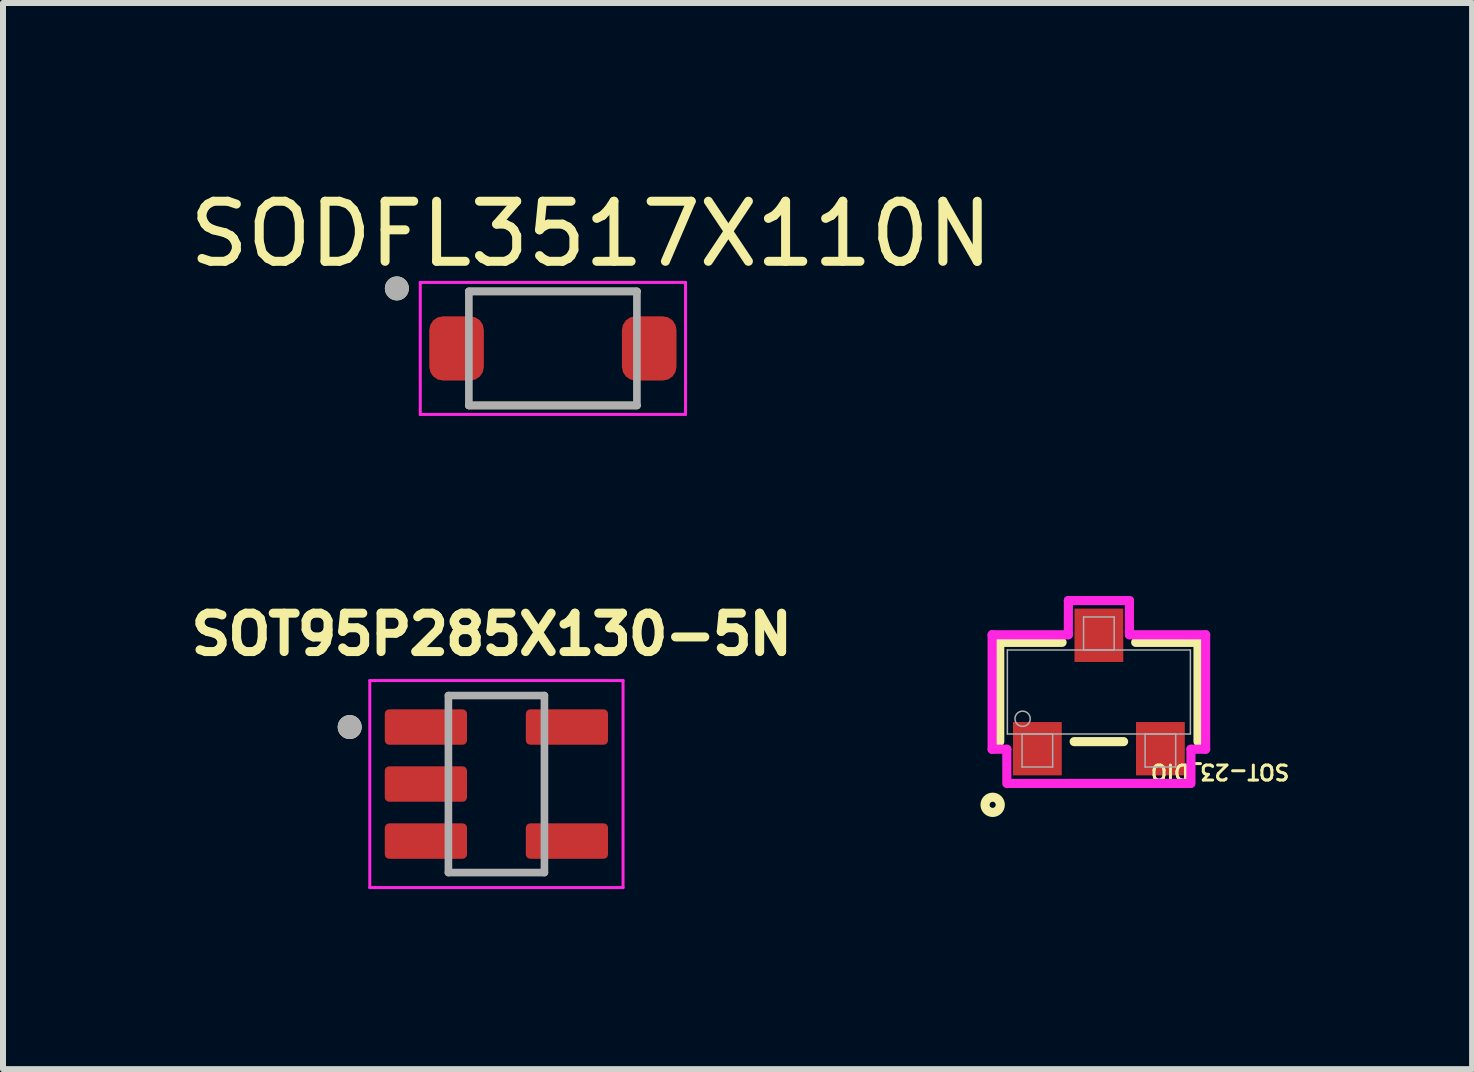
<source format=kicad_pcb>
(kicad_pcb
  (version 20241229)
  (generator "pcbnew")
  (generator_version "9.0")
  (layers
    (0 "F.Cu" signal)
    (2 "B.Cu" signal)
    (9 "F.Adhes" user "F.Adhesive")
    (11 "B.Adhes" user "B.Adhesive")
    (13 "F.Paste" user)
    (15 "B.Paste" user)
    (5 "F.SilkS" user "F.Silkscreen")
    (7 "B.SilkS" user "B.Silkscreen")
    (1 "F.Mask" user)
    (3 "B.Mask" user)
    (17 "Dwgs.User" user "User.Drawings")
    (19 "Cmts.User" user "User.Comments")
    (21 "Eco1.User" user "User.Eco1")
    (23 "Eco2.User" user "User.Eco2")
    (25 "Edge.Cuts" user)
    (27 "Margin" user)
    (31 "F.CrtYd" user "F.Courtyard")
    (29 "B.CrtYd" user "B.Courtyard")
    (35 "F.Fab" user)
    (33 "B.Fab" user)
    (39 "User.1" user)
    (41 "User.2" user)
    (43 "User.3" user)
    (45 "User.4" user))
  (footprint "SODFL3517X110N"
    (layer "F.Cu")
    (at 6.163 2.756)
    (property "Reference" "SODFL3517X110N" (at 0.636 -1.907 0) (layer "F.SilkS") (effects (font (size 1.001 1.001) (thickness 0.15))))
    (attr smd)
    (fp_line (start -1.4 0.95) (end 1.4 0.95) (stroke (width 0.127) (type solid)) (layer "F.SilkS"))
    (fp_line (start 1.4 -0.95) (end -1.4 -0.95) (stroke (width 0.127) (type solid)) (layer "F.SilkS"))
    (fp_circle (center -2.6 -1) (end -2.5 -1) (stroke (width 0.2) (type solid)) (fill no) (layer "F.SilkS"))
    (fp_line (start -2.21 -1.1) (end 2.21 -1.1) (stroke (width 0.05) (type solid)) (layer "F.CrtYd"))
    (fp_line (start -2.21 1.1) (end -2.21 -1.1) (stroke (width 0.05) (type solid)) (layer "F.CrtYd"))
    (fp_line (start 2.21 -1.1) (end 2.21 1.1) (stroke (width 0.05) (type solid)) (layer "F.CrtYd"))
    (fp_line (start 2.21 1.1) (end -2.21 1.1) (stroke (width 0.05) (type solid)) (layer "F.CrtYd"))
    (fp_line (start -1.4 -0.95) (end -1.4 0.95) (stroke (width 0.127) (type solid)) (layer "F.Fab"))
    (fp_line (start -1.4 0.95) (end 1.4 0.95) (stroke (width 0.127) (type solid)) (layer "F.Fab"))
    (fp_line (start 1.4 -0.95) (end -1.4 -0.95) (stroke (width 0.127) (type solid)) (layer "F.Fab"))
    (fp_line (start 1.4 0.95) (end 1.4 -0.95) (stroke (width 0.127) (type solid)) (layer "F.Fab"))
    (fp_circle (center -2.6 -1) (end -2.5 -1) (stroke (width 0.2) (type solid)) (fill no) (layer "F.Fab"))
    (pad "A" smd roundrect (at 1.605 0) (size 0.91 1.07) (layers "F.Cu" "F.Mask" "F.Paste") (roundrect_rratio 0.25))
    (pad "C" smd roundrect (at -1.605 0) (size 0.91 1.07) (layers "F.Cu" "F.Mask" "F.Paste") (roundrect_rratio 0.25)))
  (footprint "SOT95P285X130-5N"
    (layer "F.Cu")
    (at 5.222 10.015)
    (property "Reference" "SOT95P285X130-5N" (at -0.078 -2.496 0) (layer "F.SilkS") (effects (font (size 0.64 0.64) (thickness 0.15))))
    (attr smd)
    (fp_circle (center -2.445 -0.95) (end -2.345 -0.95) (stroke (width 0.2) (type solid)) (fill no) (layer "F.SilkS"))
    (fp_line (start -2.11 -1.725) (end -2.11 1.725) (stroke (width 0.05) (type solid)) (layer "F.CrtYd"))
    (fp_line (start -2.11 1.725) (end 2.11 1.725) (stroke (width 0.05) (type solid)) (layer "F.CrtYd"))
    (fp_line (start 2.11 -1.725) (end -2.11 -1.725) (stroke (width 0.05) (type solid)) (layer "F.CrtYd"))
    (fp_line (start 2.11 1.725) (end 2.11 -1.725) (stroke (width 0.05) (type solid)) (layer "F.CrtYd"))
    (fp_line (start -0.8 -1.475) (end 0.8 -1.475) (stroke (width 0.127) (type solid)) (layer "F.Fab"))
    (fp_line (start -0.8 1.475) (end -0.8 -1.475) (stroke (width 0.127) (type solid)) (layer "F.Fab"))
    (fp_line (start 0.8 -1.475) (end 0.8 1.475) (stroke (width 0.127) (type solid)) (layer "F.Fab"))
    (fp_line (start 0.8 1.475) (end -0.8 1.475) (stroke (width 0.127) (type solid)) (layer "F.Fab"))
    (fp_circle (center -2.445 -0.95) (end -2.345 -0.95) (stroke (width 0.2) (type solid)) (fill no) (layer "F.Fab"))
    (pad "1" smd roundrect (at -1.175 -0.95) (size 1.37 0.59) (layers "F.Cu" "F.Mask" "F.Paste") (roundrect_rratio 0.125))
    (pad "2" smd roundrect (at -1.175 0) (size 1.37 0.59) (layers "F.Cu" "F.Mask" "F.Paste") (roundrect_rratio 0.125))
    (pad "3" smd roundrect (at -1.175 0.95) (size 1.37 0.59) (layers "F.Cu" "F.Mask" "F.Paste") (roundrect_rratio 0.125))
    (pad "4" smd roundrect (at 1.175 0.95) (size 1.37 0.59) (layers "F.Cu" "F.Mask" "F.Paste") (roundrect_rratio 0.125))
    (pad "5" smd roundrect (at 1.175 -0.95) (size 1.37 0.59) (layers "F.Cu" "F.Mask" "F.Paste") (roundrect_rratio 0.125)))
  (footprint "SOT-23_DIO"
    (layer "F.Cu")
    (at 15.261 8.481)
    (property "Reference" "SOT-23_DIO" (at 2.02 1.33 180) (unlocked yes) (layer "F.SilkS") (effects (font (size 0.25 0.25) (thickness 0.05) (bold yes))))
    (attr smd)
    (fp_line (start -1.652 -0.827) (end -1.652 0.827) (stroke (width 0.152) (type solid)) (layer "F.SilkS"))
    (fp_line (start -0.613 -0.827) (end -1.652 -0.827) (stroke (width 0.152) (type solid)) (layer "F.SilkS"))
    (fp_line (start -0.412 0.827) (end 0.412 0.827) (stroke (width 0.152) (type solid)) (layer "F.SilkS"))
    (fp_line (start 1.652 -0.827) (end 0.613 -0.827) (stroke (width 0.152) (type solid)) (layer "F.SilkS"))
    (fp_line (start 1.652 0.827) (end 1.652 -0.827) (stroke (width 0.152) (type solid)) (layer "F.SilkS"))
    (fp_circle (center -1.77 1.88) (end -1.643 1.88) (stroke (width 0.152) (type solid)) (fill no) (layer "F.SilkS"))
    (fp_line (start -1.779 -0.954) (end -0.509 -0.954) (stroke (width 0.152) (type solid)) (layer "F.CrtYd"))
    (fp_line (start -1.779 0.954) (end -1.779 -0.954) (stroke (width 0.152) (type solid)) (layer "F.CrtYd"))
    (fp_line (start -1.779 0.954) (end -1.534 0.954) (stroke (width 0.152) (type solid)) (layer "F.CrtYd"))
    (fp_line (start -1.534 0.954) (end -1.534 1.524) (stroke (width 0.152) (type solid)) (layer "F.CrtYd"))
    (fp_line (start -1.524 1.524) (end 1.524 1.524) (stroke (width 0.152) (type solid)) (layer "F.CrtYd"))
    (fp_line (start -0.509 -1.524) (end 0.509 -1.524) (stroke (width 0.152) (type solid)) (layer "F.CrtYd"))
    (fp_line (start -0.509 -0.954) (end -0.508 -1.524) (stroke (width 0.152) (type solid)) (layer "F.CrtYd"))
    (fp_line (start 0.509 -0.954) (end 0.509 -1.524) (stroke (width 0.152) (type solid)) (layer "F.CrtYd"))
    (fp_line (start 1.534 0.954) (end 1.534 1.524) (stroke (width 0.152) (type solid)) (layer "F.CrtYd"))
    (fp_line (start 1.779 -0.954) (end 0.509 -0.954) (stroke (width 0.152) (type solid)) (layer "F.CrtYd"))
    (fp_line (start 1.779 -0.954) (end 1.779 0.954) (stroke (width 0.152) (type solid)) (layer "F.CrtYd"))
    (fp_line (start 1.779 0.954) (end 1.534 0.954) (stroke (width 0.152) (type solid)) (layer "F.CrtYd"))
    (fp_line (start -1.525 -0.7) (end -1.525 0.7) (stroke (width 0.025) (type solid)) (layer "F.Fab"))
    (fp_line (start -1.525 0.7) (end 1.525 0.7) (stroke (width 0.025) (type solid)) (layer "F.Fab"))
    (fp_line (start -1.28 0.7) (end -1.28 1.25) (stroke (width 0.025) (type solid)) (layer "F.Fab"))
    (fp_line (start -1.28 1.25) (end -0.77 1.25) (stroke (width 0.025) (type solid)) (layer "F.Fab"))
    (fp_line (start -0.77 0.7) (end -1.28 0.7) (stroke (width 0.025) (type solid)) (layer "F.Fab"))
    (fp_line (start -0.77 1.25) (end -0.77 0.7) (stroke (width 0.025) (type solid)) (layer "F.Fab"))
    (fp_line (start -0.255 -1.25) (end -0.255 -0.7) (stroke (width 0.025) (type solid)) (layer "F.Fab"))
    (fp_line (start -0.255 -0.7) (end 0.255 -0.7) (stroke (width 0.025) (type solid)) (layer "F.Fab"))
    (fp_line (start 0.255 -1.25) (end -0.255 -1.25) (stroke (width 0.025) (type solid)) (layer "F.Fab"))
    (fp_line (start 0.255 -0.7) (end 0.255 -1.25) (stroke (width 0.025) (type solid)) (layer "F.Fab"))
    (fp_line (start 0.77 0.7) (end 0.77 1.25) (stroke (width 0.025) (type solid)) (layer "F.Fab"))
    (fp_line (start 0.77 1.25) (end 1.28 1.25) (stroke (width 0.025) (type solid)) (layer "F.Fab"))
    (fp_line (start 1.28 0.7) (end 0.77 0.7) (stroke (width 0.025) (type solid)) (layer "F.Fab"))
    (fp_line (start 1.28 1.25) (end 1.28 0.7) (stroke (width 0.025) (type solid)) (layer "F.Fab"))
    (fp_line (start 1.525 -0.7) (end -1.525 -0.7) (stroke (width 0.025) (type solid)) (layer "F.Fab"))
    (fp_line (start 1.525 0.7) (end 1.525 -0.7) (stroke (width 0.025) (type solid)) (layer "F.Fab"))
    (fp_circle (center -1.271 0.446) (end -1.144 0.446) (stroke (width 0.025) (type solid)) (fill no) (layer "F.Fab"))
    (pad "1" smd rect (at -1.025 0.945) (size 0.813 0.889) (layers "F.Cu" "F.Mask" "F.Paste"))
    (pad "2" smd rect (at 1.025 0.945) (size 0.813 0.889) (layers "F.Cu" "F.Mask" "F.Paste"))
    (pad "3" smd rect (at 0 -0.945) (size 0.813 0.889) (layers "F.Cu" "F.Mask" "F.Paste")))
  (gr_rect
    (start -3 -3)
    (end 21.48 14.765)
    (stroke (width 0.1) (type default))
    (fill no)
    (layer "Edge.Cuts")))
</source>
